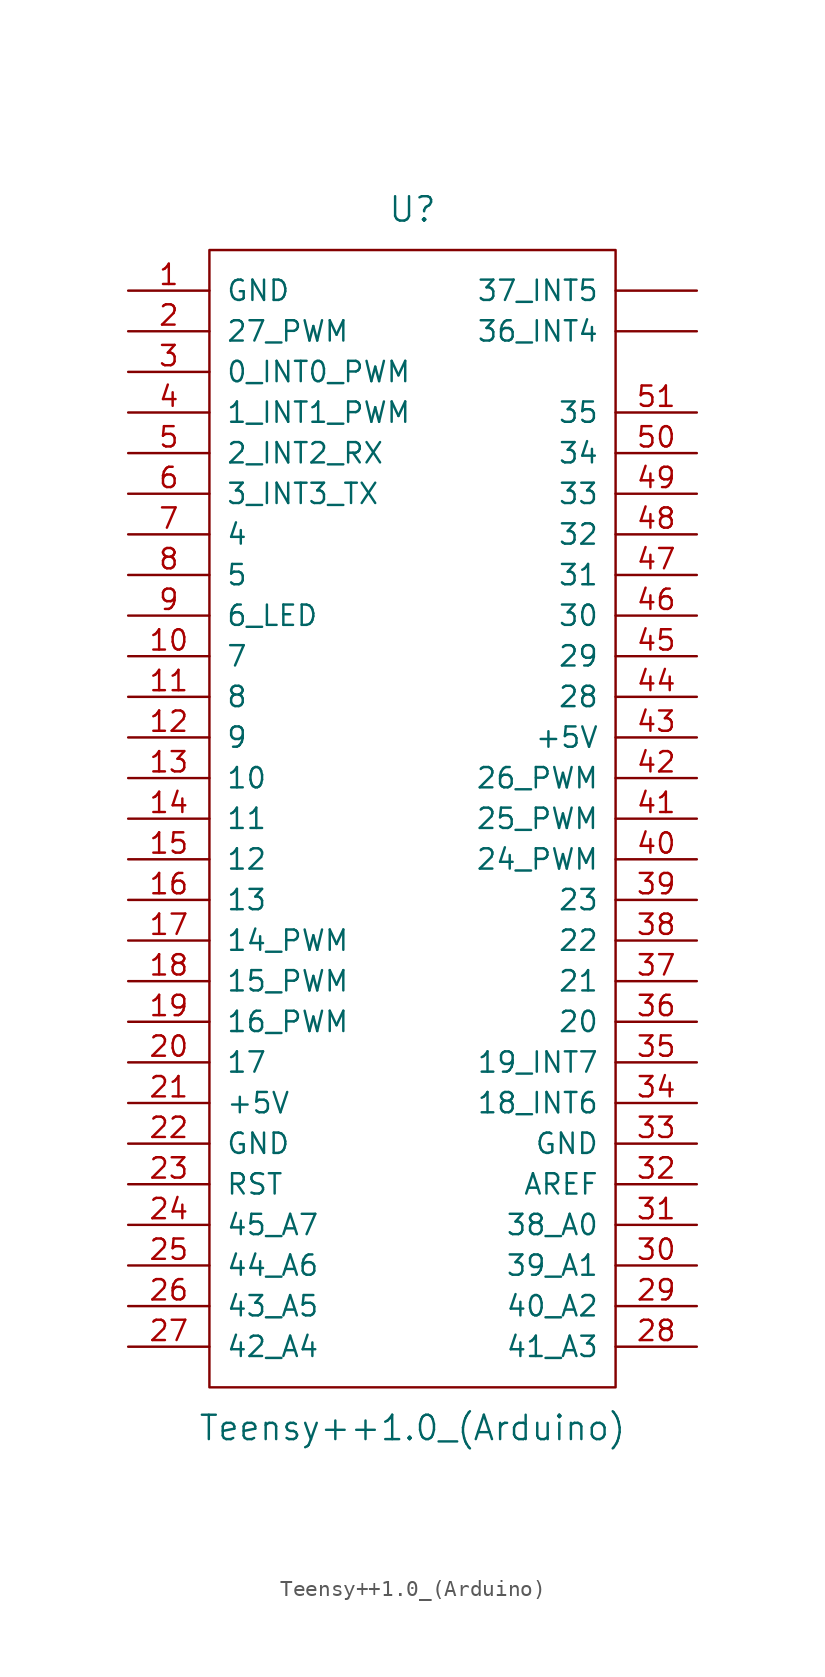
<source format=kicad_sym>
(kicad_symbol_lib
  (version 20211014)
  (generator kicad_symbol_editor)
  (symbol "Teensy++1.0_(Arduino)"
    (pin_names
      (offset 1.016))
    (property "Reference" "U"
      (at 0 38.1 0)
      (effects (font (size 1.524 1.524))))
    (property "Value" "Teensy++1.0_(Arduino)"
      (at 0 -38.1 0)
      (effects (font (size 1.524 1.524))))
    (property "Footprint" ""
      (at 2.54 -20.32 0)
      (effects (font (size 1.524 1.524))))
    (property "Datasheet" ""
      (at 2.54 -20.32 0)
      (effects (font (size 1.524 1.524))))
    (symbol "Teensy++1.0_(Arduino)_0_1"
      (rectangle (start -12.7 35.56) (end 12.7 -35.56) (stroke (width 0) (type default) (color 0 0 0 0)) (fill (type none))))
    (symbol "Teensy++1.0_(Arduino)_1_1"
      (pin power_in line (at -17.78 33.02 0) (length 5.08) (name "GND" (effects (font (size 1.27 1.27)))) (number "1" (effects (font (size 1.27 1.27)))))
      (pin bidirectional line (at -17.78 10.16 0) (length 5.08) (name "7" (effects (font (size 1.27 1.27)))) (number "10" (effects (font (size 1.27 1.27)))))
      (pin bidirectional line (at -17.78 7.62 0) (length 5.08) (name "8" (effects (font (size 1.27 1.27)))) (number "11" (effects (font (size 1.27 1.27)))))
      (pin bidirectional line (at -17.78 5.08 0) (length 5.08) (name "9" (effects (font (size 1.27 1.27)))) (number "12" (effects (font (size 1.27 1.27)))))
      (pin bidirectional line (at -17.78 2.54 0) (length 5.08) (name "10" (effects (font (size 1.27 1.27)))) (number "13" (effects (font (size 1.27 1.27)))))
      (pin bidirectional line (at -17.78 0 0) (length 5.08) (name "11" (effects (font (size 1.27 1.27)))) (number "14" (effects (font (size 1.27 1.27)))))
      (pin bidirectional line (at -17.78 -2.54 0) (length 5.08) (name "12" (effects (font (size 1.27 1.27)))) (number "15" (effects (font (size 1.27 1.27)))))
      (pin bidirectional line (at -17.78 -5.08 0) (length 5.08) (name "13" (effects (font (size 1.27 1.27)))) (number "16" (effects (font (size 1.27 1.27)))))
      (pin bidirectional line (at -17.78 -7.62 0) (length 5.08) (name "14_PWM" (effects (font (size 1.27 1.27)))) (number "17" (effects (font (size 1.27 1.27)))))
      (pin bidirectional line (at -17.78 -10.16 0) (length 5.08) (name "15_PWM" (effects (font (size 1.27 1.27)))) (number "18" (effects (font (size 1.27 1.27)))))
      (pin bidirectional line (at -17.78 -12.7 0) (length 5.08) (name "16_PWM" (effects (font (size 1.27 1.27)))) (number "19" (effects (font (size 1.27 1.27)))))
      (pin bidirectional line (at -17.78 30.48 0) (length 5.08) (name "27_PWM" (effects (font (size 1.27 1.27)))) (number "2" (effects (font (size 1.27 1.27)))))
      (pin bidirectional line (at -17.78 -15.24 0) (length 5.08) (name "17" (effects (font (size 1.27 1.27)))) (number "20" (effects (font (size 1.27 1.27)))))
      (pin power_in line (at -17.78 -17.78 0) (length 5.08) (name "+5V" (effects (font (size 1.27 1.27)))) (number "21" (effects (font (size 1.27 1.27)))))
      (pin power_in line (at -17.78 -20.32 0) (length 5.08) (name "GND" (effects (font (size 1.27 1.27)))) (number "22" (effects (font (size 1.27 1.27)))))
      (pin input line (at -17.78 -22.86 0) (length 5.08) (name "RST" (effects (font (size 1.27 1.27)))) (number "23" (effects (font (size 1.27 1.27)))))
      (pin bidirectional line (at -17.78 -25.4 0) (length 5.08) (name "45_A7" (effects (font (size 1.27 1.27)))) (number "24" (effects (font (size 1.27 1.27)))))
      (pin bidirectional line (at -17.78 -27.94 0) (length 5.08) (name "44_A6" (effects (font (size 1.27 1.27)))) (number "25" (effects (font (size 1.27 1.27)))))
      (pin bidirectional line (at -17.78 -30.48 0) (length 5.08) (name "43_A5" (effects (font (size 1.27 1.27)))) (number "26" (effects (font (size 1.27 1.27)))))
      (pin bidirectional line (at -17.78 -33.02 0) (length 5.08) (name "42_A4" (effects (font (size 1.27 1.27)))) (number "27" (effects (font (size 1.27 1.27)))))
      (pin bidirectional line (at 17.78 -33.02 180) (length 5.08) (name "41_A3" (effects (font (size 1.27 1.27)))) (number "28" (effects (font (size 1.27 1.27)))))
      (pin bidirectional line (at 17.78 -30.48 180) (length 5.08) (name "40_A2" (effects (font (size 1.27 1.27)))) (number "29" (effects (font (size 1.27 1.27)))))
      (pin bidirectional line (at -17.78 27.94 0) (length 5.08) (name "0_INT0_PWM" (effects (font (size 1.27 1.27)))) (number "3" (effects (font (size 1.27 1.27)))))
      (pin bidirectional line (at 17.78 -27.94 180) (length 5.08) (name "39_A1" (effects (font (size 1.27 1.27)))) (number "30" (effects (font (size 1.27 1.27)))))
      (pin bidirectional line (at 17.78 -25.4 180) (length 5.08) (name "38_A0" (effects (font (size 1.27 1.27)))) (number "31" (effects (font (size 1.27 1.27)))))
      (pin input line (at 17.78 -22.86 180) (length 5.08) (name "AREF" (effects (font (size 1.27 1.27)))) (number "32" (effects (font (size 1.27 1.27)))))
      (pin power_in line (at 17.78 -20.32 180) (length 5.08) (name "GND" (effects (font (size 1.27 1.27)))) (number "33" (effects (font (size 1.27 1.27)))))
      (pin bidirectional line (at 17.78 -17.78 180) (length 5.08) (name "18_INT6" (effects (font (size 1.27 1.27)))) (number "34" (effects (font (size 1.27 1.27)))))
      (pin bidirectional line (at 17.78 -15.24 180) (length 5.08) (name "19_INT7" (effects (font (size 1.27 1.27)))) (number "35" (effects (font (size 1.27 1.27)))))
      (pin bidirectional line (at 17.78 -12.7 180) (length 5.08) (name "20" (effects (font (size 1.27 1.27)))) (number "36" (effects (font (size 1.27 1.27)))))
      (pin bidirectional line (at 17.78 -10.16 180) (length 5.08) (name "21" (effects (font (size 1.27 1.27)))) (number "37" (effects (font (size 1.27 1.27)))))
      (pin bidirectional line (at 17.78 -7.62 180) (length 5.08) (name "22" (effects (font (size 1.27 1.27)))) (number "38" (effects (font (size 1.27 1.27)))))
      (pin bidirectional line (at 17.78 -5.08 180) (length 5.08) (name "23" (effects (font (size 1.27 1.27)))) (number "39" (effects (font (size 1.27 1.27)))))
      (pin bidirectional line (at -17.78 25.4 0) (length 5.08) (name "1_INT1_PWM" (effects (font (size 1.27 1.27)))) (number "4" (effects (font (size 1.27 1.27)))))
      (pin bidirectional line (at 17.78 -2.54 180) (length 5.08) (name "24_PWM" (effects (font (size 1.27 1.27)))) (number "40" (effects (font (size 1.27 1.27)))))
      (pin bidirectional line (at 17.78 0 180) (length 5.08) (name "25_PWM" (effects (font (size 1.27 1.27)))) (number "41" (effects (font (size 1.27 1.27)))))
      (pin bidirectional line (at 17.78 2.54 180) (length 5.08) (name "26_PWM" (effects (font (size 1.27 1.27)))) (number "42" (effects (font (size 1.27 1.27)))))
      (pin power_in line (at 17.78 5.08 180) (length 5.08) (name "+5V" (effects (font (size 1.27 1.27)))) (number "43" (effects (font (size 1.27 1.27)))))
      (pin bidirectional line (at 17.78 7.62 180) (length 5.08) (name "28" (effects (font (size 1.27 1.27)))) (number "44" (effects (font (size 1.27 1.27)))))
      (pin bidirectional line (at 17.78 10.16 180) (length 5.08) (name "29" (effects (font (size 1.27 1.27)))) (number "45" (effects (font (size 1.27 1.27)))))
      (pin bidirectional line (at 17.78 12.7 180) (length 5.08) (name "30" (effects (font (size 1.27 1.27)))) (number "46" (effects (font (size 1.27 1.27)))))
      (pin bidirectional line (at 17.78 15.24 180) (length 5.08) (name "31" (effects (font (size 1.27 1.27)))) (number "47" (effects (font (size 1.27 1.27)))))
      (pin bidirectional line (at 17.78 17.78 180) (length 5.08) (name "32" (effects (font (size 1.27 1.27)))) (number "48" (effects (font (size 1.27 1.27)))))
      (pin bidirectional line (at 17.78 20.32 180) (length 5.08) (name "33" (effects (font (size 1.27 1.27)))) (number "49" (effects (font (size 1.27 1.27)))))
      (pin bidirectional line (at -17.78 22.86 0) (length 5.08) (name "2_INT2_RX" (effects (font (size 1.27 1.27)))) (number "5" (effects (font (size 1.27 1.27)))))
      (pin bidirectional line (at 17.78 22.86 180) (length 5.08) (name "34" (effects (font (size 1.27 1.27)))) (number "50" (effects (font (size 1.27 1.27)))))
      (pin bidirectional line (at 17.78 25.4 180) (length 5.08) (name "35" (effects (font (size 1.27 1.27)))) (number "51" (effects (font (size 1.27 1.27)))))
      (pin bidirectional line (at -17.78 20.32 0) (length 5.08) (name "3_INT3_TX" (effects (font (size 1.27 1.27)))) (number "6" (effects (font (size 1.27 1.27)))))
      (pin bidirectional line (at -17.78 17.78 0) (length 5.08) (name "4" (effects (font (size 1.27 1.27)))) (number "7" (effects (font (size 1.27 1.27)))))
      (pin bidirectional line (at -17.78 15.24 0) (length 5.08) (name "5" (effects (font (size 1.27 1.27)))) (number "8" (effects (font (size 1.27 1.27)))))
      (pin bidirectional line (at -17.78 12.7 0) (length 5.08) (name "6_LED" (effects (font (size 1.27 1.27)))) (number "9" (effects (font (size 1.27 1.27)))))
      (pin bidirectional line (at 17.78 30.48 180) (length 5.08) (name "36_INT4" (effects (font (size 1.27 1.27)))) (number "~" (effects (font (size 1.27 1.27)))))
      (pin bidirectional line (at 17.78 33.02 180) (length 5.08) (name "37_INT5" (effects (font (size 1.27 1.27)))) (number "~" (effects (font (size 1.27 1.27))))))))
</source>
